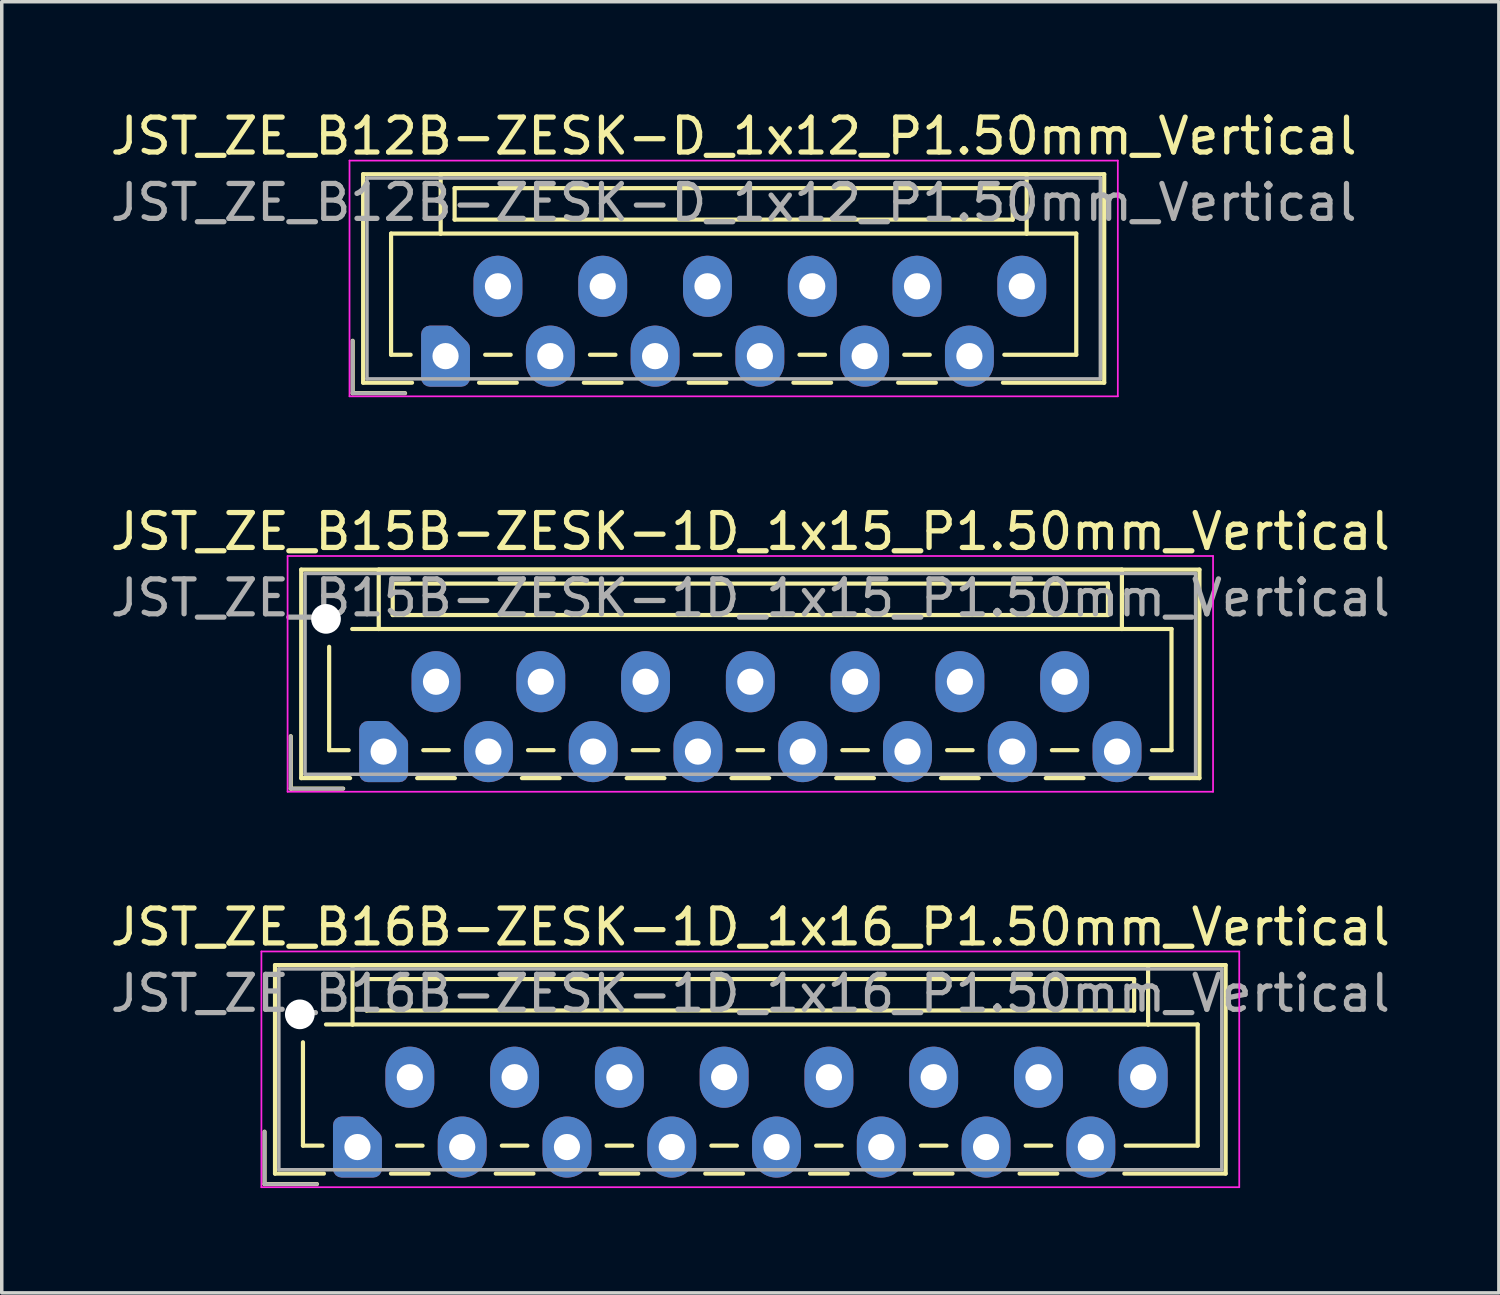
<source format=kicad_pcb>
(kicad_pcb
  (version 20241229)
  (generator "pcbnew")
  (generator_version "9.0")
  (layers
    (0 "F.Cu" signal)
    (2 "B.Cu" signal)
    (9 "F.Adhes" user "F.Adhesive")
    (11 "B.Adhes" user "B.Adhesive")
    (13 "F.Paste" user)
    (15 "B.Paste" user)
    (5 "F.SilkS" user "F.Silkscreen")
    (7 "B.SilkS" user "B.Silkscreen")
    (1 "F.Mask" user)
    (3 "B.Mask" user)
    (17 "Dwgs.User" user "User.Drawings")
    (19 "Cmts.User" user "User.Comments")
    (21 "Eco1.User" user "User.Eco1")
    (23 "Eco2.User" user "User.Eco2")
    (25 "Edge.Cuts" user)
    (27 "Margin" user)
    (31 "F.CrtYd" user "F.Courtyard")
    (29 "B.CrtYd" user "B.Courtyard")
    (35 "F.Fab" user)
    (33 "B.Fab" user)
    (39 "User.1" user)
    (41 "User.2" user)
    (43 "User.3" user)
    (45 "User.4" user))
  (footprint "JST_ZE_B15B-ZESK-1D_1x15_P1.50mm_Vertical"
    (layer "F.Cu")
    (at 7.935 18.471)
    (property "Reference" "JST_ZE_B15B-ZESK-1D_1x15_P1.50mm_Vertical" (at 10.5 -6.3 0) (layer "F.SilkS") (effects (font (size 1 1) (thickness 0.15))))
    (attr through_hole)
    (fp_line (start -2.66 -0.44) (end -2.66 1.06) (stroke (width 0.12) (type solid)) (layer "F.SilkS"))
    (fp_line (start -2.66 1.06) (end -1.16 1.06) (stroke (width 0.12) (type solid)) (layer "F.SilkS"))
    (fp_line (start -2.36 -5.21) (end 23.36 -5.21) (stroke (width 0.12) (type solid)) (layer "F.SilkS"))
    (fp_line (start -2.36 0.76) (end -2.36 -5.21) (stroke (width 0.12) (type solid)) (layer "F.SilkS"))
    (fp_line (start -1.56 -3) (end -1.56 -0.04) (stroke (width 0.12) (type solid)) (layer "F.SilkS"))
    (fp_line (start -1.56 -0.04) (end -1 -0.04) (stroke (width 0.12) (type solid)) (layer "F.SilkS"))
    (fp_line (start -0.96 0.76) (end -2.36 0.76) (stroke (width 0.12) (type solid)) (layer "F.SilkS"))
    (fp_line (start -0.14 -5.21) (end -0.14 -3.51) (stroke (width 0.12) (type solid)) (layer "F.SilkS"))
    (fp_line (start -0.14 -3.51) (end -0.9 -3.51) (stroke (width 0.12) (type solid)) (layer "F.SilkS"))
    (fp_line (start -0.14 -3.51) (end 21.14 -3.51) (stroke (width 0.12) (type solid)) (layer "F.SilkS"))
    (fp_line (start 0.26 -4.81) (end 0.26 -3.91) (stroke (width 0.12) (type solid)) (layer "F.SilkS"))
    (fp_line (start 0.26 -3.91) (end 20.74 -3.91) (stroke (width 0.12) (type solid)) (layer "F.SilkS"))
    (fp_line (start 0.96 0.76) (end 2.04 0.76) (stroke (width 0.12) (type solid)) (layer "F.SilkS"))
    (fp_line (start 1.135 -0.04) (end 1.865 -0.04) (stroke (width 0.12) (type solid)) (layer "F.SilkS"))
    (fp_line (start 3.96 0.76) (end 5.04 0.76) (stroke (width 0.12) (type solid)) (layer "F.SilkS"))
    (fp_line (start 4.135 -0.04) (end 4.865 -0.04) (stroke (width 0.12) (type solid)) (layer "F.SilkS"))
    (fp_line (start 6.96 0.76) (end 8.04 0.76) (stroke (width 0.12) (type solid)) (layer "F.SilkS"))
    (fp_line (start 7.135 -0.04) (end 7.865 -0.04) (stroke (width 0.12) (type solid)) (layer "F.SilkS"))
    (fp_line (start 9.96 0.76) (end 11.04 0.76) (stroke (width 0.12) (type solid)) (layer "F.SilkS"))
    (fp_line (start 10.135 -0.04) (end 10.865 -0.04) (stroke (width 0.12) (type solid)) (layer "F.SilkS"))
    (fp_line (start 12.96 0.76) (end 14.04 0.76) (stroke (width 0.12) (type solid)) (layer "F.SilkS"))
    (fp_line (start 13.135 -0.04) (end 13.865 -0.04) (stroke (width 0.12) (type solid)) (layer "F.SilkS"))
    (fp_line (start 15.96 0.76) (end 17.04 0.76) (stroke (width 0.12) (type solid)) (layer "F.SilkS"))
    (fp_line (start 16.135 -0.04) (end 16.865 -0.04) (stroke (width 0.12) (type solid)) (layer "F.SilkS"))
    (fp_line (start 18.96 0.76) (end 20.04 0.76) (stroke (width 0.12) (type solid)) (layer "F.SilkS"))
    (fp_line (start 19.135 -0.04) (end 19.865 -0.04) (stroke (width 0.12) (type solid)) (layer "F.SilkS"))
    (fp_line (start 20.74 -4.81) (end 0.26 -4.81) (stroke (width 0.12) (type solid)) (layer "F.SilkS"))
    (fp_line (start 20.74 -3.91) (end 20.74 -4.81) (stroke (width 0.12) (type solid)) (layer "F.SilkS"))
    (fp_line (start 21.14 -5.21) (end -0.14 -5.21) (stroke (width 0.12) (type solid)) (layer "F.SilkS"))
    (fp_line (start 21.14 -3.51) (end 21.14 -5.21) (stroke (width 0.12) (type solid)) (layer "F.SilkS"))
    (fp_line (start 21.14 -3.51) (end 22.56 -3.51) (stroke (width 0.12) (type solid)) (layer "F.SilkS"))
    (fp_line (start 22.56 -3.51) (end 22.56 -0.04) (stroke (width 0.12) (type solid)) (layer "F.SilkS"))
    (fp_line (start 22.56 -0.04) (end 22 -0.04) (stroke (width 0.12) (type solid)) (layer "F.SilkS"))
    (fp_line (start 23.36 -5.21) (end 23.36 0.76) (stroke (width 0.12) (type solid)) (layer "F.SilkS"))
    (fp_line (start 23.36 0.76) (end 21.96 0.76) (stroke (width 0.12) (type solid)) (layer "F.SilkS"))
    (fp_line (start -2.75 -5.6) (end -2.75 1.15) (stroke (width 0.05) (type solid)) (layer "F.CrtYd"))
    (fp_line (start -2.75 1.15) (end 23.75 1.15) (stroke (width 0.05) (type solid)) (layer "F.CrtYd"))
    (fp_line (start 23.75 -5.6) (end -2.75 -5.6) (stroke (width 0.05) (type solid)) (layer "F.CrtYd"))
    (fp_line (start 23.75 1.15) (end 23.75 -5.6) (stroke (width 0.05) (type solid)) (layer "F.CrtYd"))
    (fp_line (start -2.66 -0.44) (end -2.66 1.06) (stroke (width 0.1) (type solid)) (layer "F.Fab"))
    (fp_line (start -2.66 1.06) (end -1.16 1.06) (stroke (width 0.1) (type solid)) (layer "F.Fab"))
    (fp_line (start -2.25 -5.1) (end -2.25 0.65) (stroke (width 0.1) (type solid)) (layer "F.Fab"))
    (fp_line (start -2.25 0.65) (end 23.25 0.65) (stroke (width 0.1) (type solid)) (layer "F.Fab"))
    (fp_line (start 23.25 -5.1) (end -2.25 -5.1) (stroke (width 0.1) (type solid)) (layer "F.Fab"))
    (fp_line (start 23.25 0.65) (end 23.25 -5.1) (stroke (width 0.1) (type solid)) (layer "F.Fab"))
    (fp_text user "${REFERENCE}" (at 10.5 -4.4 0) (layer "F.Fab") (effects (font (size 1 1) (thickness 0.15))))
    (pad "" np_thru_hole circle (at -1.65 -3.8) (size 0.85 0.85) (drill 0.85) (layers "*.Cu" "*.Mask"))
    (pad "1" thru_hole custom (at 0 0) (size 1.117 1.117) (drill 0.75) (layers "*.Cu" "*.Mask") (options (anchor circle)) (primitives (gr_poly (pts (xy 0.45 -0.225) (xy 0.45 0.625) (xy -0.45 0.625) (xy -0.45 -0.625) (xy 0.05 -0.625)) (width 0.5) (fill yes))))
    (pad "2" thru_hole oval (at 1.5 -2) (size 1.4 1.75) (drill 0.75) (layers "*.Cu" "*.Mask"))
    (pad "3" thru_hole oval (at 3 0) (size 1.4 1.75) (drill 0.75) (layers "*.Cu" "*.Mask"))
    (pad "4" thru_hole oval (at 4.5 -2) (size 1.4 1.75) (drill 0.75) (layers "*.Cu" "*.Mask"))
    (pad "5" thru_hole oval (at 6 0) (size 1.4 1.75) (drill 0.75) (layers "*.Cu" "*.Mask"))
    (pad "6" thru_hole oval (at 7.5 -2) (size 1.4 1.75) (drill 0.75) (layers "*.Cu" "*.Mask"))
    (pad "7" thru_hole oval (at 9 0) (size 1.4 1.75) (drill 0.75) (layers "*.Cu" "*.Mask"))
    (pad "8" thru_hole oval (at 10.5 -2) (size 1.4 1.75) (drill 0.75) (layers "*.Cu" "*.Mask"))
    (pad "9" thru_hole oval (at 12 0) (size 1.4 1.75) (drill 0.75) (layers "*.Cu" "*.Mask"))
    (pad "10" thru_hole oval (at 13.5 -2) (size 1.4 1.75) (drill 0.75) (layers "*.Cu" "*.Mask"))
    (pad "11" thru_hole oval (at 15 0) (size 1.4 1.75) (drill 0.75) (layers "*.Cu" "*.Mask"))
    (pad "12" thru_hole oval (at 16.5 -2) (size 1.4 1.75) (drill 0.75) (layers "*.Cu" "*.Mask"))
    (pad "13" thru_hole oval (at 18 0) (size 1.4 1.75) (drill 0.75) (layers "*.Cu" "*.Mask"))
    (pad "14" thru_hole oval (at 19.5 -2) (size 1.4 1.75) (drill 0.75) (layers "*.Cu" "*.Mask"))
    (pad "15" thru_hole oval (at 21 0) (size 1.4 1.75) (drill 0.75) (layers "*.Cu" "*.Mask")))
  (footprint "JST_ZE_B12B-ZESK-D_1x12_P1.50mm_Vertical"
    (layer "F.Cu")
    (at 9.708 7.148)
    (property "Reference" "JST_ZE_B12B-ZESK-D_1x12_P1.50mm_Vertical" (at 8.25 -6.3 0) (layer "F.SilkS") (effects (font (size 1 1) (thickness 0.15))))
    (attr through_hole)
    (fp_line (start -2.66 -0.44) (end -2.66 1.06) (stroke (width 0.12) (type solid)) (layer "F.SilkS"))
    (fp_line (start -2.66 1.06) (end -1.16 1.06) (stroke (width 0.12) (type solid)) (layer "F.SilkS"))
    (fp_line (start -2.36 -5.21) (end 18.86 -5.21) (stroke (width 0.12) (type solid)) (layer "F.SilkS"))
    (fp_line (start -2.36 0.76) (end -2.36 -5.21) (stroke (width 0.12) (type solid)) (layer "F.SilkS"))
    (fp_line (start -1.56 -3.51) (end -1.56 -0.04) (stroke (width 0.12) (type solid)) (layer "F.SilkS"))
    (fp_line (start -1.56 -0.04) (end -1 -0.04) (stroke (width 0.12) (type solid)) (layer "F.SilkS"))
    (fp_line (start -0.96 0.76) (end -2.36 0.76) (stroke (width 0.12) (type solid)) (layer "F.SilkS"))
    (fp_line (start -0.14 -5.21) (end -0.14 -3.51) (stroke (width 0.12) (type solid)) (layer "F.SilkS"))
    (fp_line (start -0.14 -3.51) (end -1.56 -3.51) (stroke (width 0.12) (type solid)) (layer "F.SilkS"))
    (fp_line (start -0.14 -3.51) (end 16.64 -3.51) (stroke (width 0.12) (type solid)) (layer "F.SilkS"))
    (fp_line (start 0.26 -4.81) (end 0.26 -3.91) (stroke (width 0.12) (type solid)) (layer "F.SilkS"))
    (fp_line (start 0.26 -3.91) (end 16.24 -3.91) (stroke (width 0.12) (type solid)) (layer "F.SilkS"))
    (fp_line (start 0.96 0.76) (end 2.04 0.76) (stroke (width 0.12) (type solid)) (layer "F.SilkS"))
    (fp_line (start 1.135 -0.04) (end 1.865 -0.04) (stroke (width 0.12) (type solid)) (layer "F.SilkS"))
    (fp_line (start 3.96 0.76) (end 5.04 0.76) (stroke (width 0.12) (type solid)) (layer "F.SilkS"))
    (fp_line (start 4.135 -0.04) (end 4.865 -0.04) (stroke (width 0.12) (type solid)) (layer "F.SilkS"))
    (fp_line (start 6.96 0.76) (end 8.04 0.76) (stroke (width 0.12) (type solid)) (layer "F.SilkS"))
    (fp_line (start 7.135 -0.04) (end 7.865 -0.04) (stroke (width 0.12) (type solid)) (layer "F.SilkS"))
    (fp_line (start 9.96 0.76) (end 11.04 0.76) (stroke (width 0.12) (type solid)) (layer "F.SilkS"))
    (fp_line (start 10.135 -0.04) (end 10.865 -0.04) (stroke (width 0.12) (type solid)) (layer "F.SilkS"))
    (fp_line (start 12.96 0.76) (end 14.04 0.76) (stroke (width 0.12) (type solid)) (layer "F.SilkS"))
    (fp_line (start 13.135 -0.04) (end 13.865 -0.04) (stroke (width 0.12) (type solid)) (layer "F.SilkS"))
    (fp_line (start 16.24 -4.81) (end 0.26 -4.81) (stroke (width 0.12) (type solid)) (layer "F.SilkS"))
    (fp_line (start 16.24 -3.91) (end 16.24 -4.81) (stroke (width 0.12) (type solid)) (layer "F.SilkS"))
    (fp_line (start 16.64 -5.21) (end -0.14 -5.21) (stroke (width 0.12) (type solid)) (layer "F.SilkS"))
    (fp_line (start 16.64 -3.51) (end 16.64 -5.21) (stroke (width 0.12) (type solid)) (layer "F.SilkS"))
    (fp_line (start 16.64 -3.51) (end 18.06 -3.51) (stroke (width 0.12) (type solid)) (layer "F.SilkS"))
    (fp_line (start 18.06 -3.51) (end 18.06 -0.04) (stroke (width 0.12) (type solid)) (layer "F.SilkS"))
    (fp_line (start 18.06 -0.04) (end 16 -0.04) (stroke (width 0.12) (type solid)) (layer "F.SilkS"))
    (fp_line (start 18.86 -5.21) (end 18.86 0.76) (stroke (width 0.12) (type solid)) (layer "F.SilkS"))
    (fp_line (start 18.86 0.76) (end 15.96 0.76) (stroke (width 0.12) (type solid)) (layer "F.SilkS"))
    (fp_line (start -2.75 -5.6) (end -2.75 1.15) (stroke (width 0.05) (type solid)) (layer "F.CrtYd"))
    (fp_line (start -2.75 1.15) (end 19.25 1.15) (stroke (width 0.05) (type solid)) (layer "F.CrtYd"))
    (fp_line (start 19.25 -5.6) (end -2.75 -5.6) (stroke (width 0.05) (type solid)) (layer "F.CrtYd"))
    (fp_line (start 19.25 1.15) (end 19.25 -5.6) (stroke (width 0.05) (type solid)) (layer "F.CrtYd"))
    (fp_line (start -2.66 -0.44) (end -2.66 1.06) (stroke (width 0.1) (type solid)) (layer "F.Fab"))
    (fp_line (start -2.66 1.06) (end -1.16 1.06) (stroke (width 0.1) (type solid)) (layer "F.Fab"))
    (fp_line (start -2.25 -5.1) (end -2.25 0.65) (stroke (width 0.1) (type solid)) (layer "F.Fab"))
    (fp_line (start -2.25 0.65) (end 18.75 0.65) (stroke (width 0.1) (type solid)) (layer "F.Fab"))
    (fp_line (start 18.75 -5.1) (end -2.25 -5.1) (stroke (width 0.1) (type solid)) (layer "F.Fab"))
    (fp_line (start 18.75 0.65) (end 18.75 -5.1) (stroke (width 0.1) (type solid)) (layer "F.Fab"))
    (fp_text user "${REFERENCE}" (at 8.25 -4.4 0) (layer "F.Fab") (effects (font (size 1 1) (thickness 0.15))))
    (pad "1" thru_hole custom (at 0 0) (size 1.117 1.117) (drill 0.75) (layers "*.Cu" "*.Mask") (options (anchor circle)) (primitives (gr_poly (pts (xy 0.45 -0.225) (xy 0.45 0.625) (xy -0.45 0.625) (xy -0.45 -0.625) (xy 0.05 -0.625)) (width 0.5) (fill yes))))
    (pad "2" thru_hole oval (at 1.5 -2) (size 1.4 1.75) (drill 0.75) (layers "*.Cu" "*.Mask"))
    (pad "3" thru_hole oval (at 3 0) (size 1.4 1.75) (drill 0.75) (layers "*.Cu" "*.Mask"))
    (pad "4" thru_hole oval (at 4.5 -2) (size 1.4 1.75) (drill 0.75) (layers "*.Cu" "*.Mask"))
    (pad "5" thru_hole oval (at 6 0) (size 1.4 1.75) (drill 0.75) (layers "*.Cu" "*.Mask"))
    (pad "6" thru_hole oval (at 7.5 -2) (size 1.4 1.75) (drill 0.75) (layers "*.Cu" "*.Mask"))
    (pad "7" thru_hole oval (at 9 0) (size 1.4 1.75) (drill 0.75) (layers "*.Cu" "*.Mask"))
    (pad "8" thru_hole oval (at 10.5 -2) (size 1.4 1.75) (drill 0.75) (layers "*.Cu" "*.Mask"))
    (pad "9" thru_hole oval (at 12 0) (size 1.4 1.75) (drill 0.75) (layers "*.Cu" "*.Mask"))
    (pad "10" thru_hole oval (at 13.5 -2) (size 1.4 1.75) (drill 0.75) (layers "*.Cu" "*.Mask"))
    (pad "11" thru_hole oval (at 15 0) (size 1.4 1.75) (drill 0.75) (layers "*.Cu" "*.Mask"))
    (pad "12" thru_hole oval (at 16.5 -2) (size 1.4 1.75) (drill 0.75) (layers "*.Cu" "*.Mask")))
  (footprint "JST_ZE_B16B-ZESK-1D_1x16_P1.50mm_Vertical"
    (layer "F.Cu")
    (at 7.185 29.795)
    (property "Reference" "JST_ZE_B16B-ZESK-1D_1x16_P1.50mm_Vertical" (at 11.25 -6.3 0) (layer "F.SilkS") (effects (font (size 1 1) (thickness 0.15))))
    (attr through_hole)
    (fp_line (start -2.66 -0.44) (end -2.66 1.06) (stroke (width 0.12) (type solid)) (layer "F.SilkS"))
    (fp_line (start -2.66 1.06) (end -1.16 1.06) (stroke (width 0.12) (type solid)) (layer "F.SilkS"))
    (fp_line (start -2.36 -5.21) (end 24.86 -5.21) (stroke (width 0.12) (type solid)) (layer "F.SilkS"))
    (fp_line (start -2.36 0.76) (end -2.36 -5.21) (stroke (width 0.12) (type solid)) (layer "F.SilkS"))
    (fp_line (start -1.56 -3) (end -1.56 -0.04) (stroke (width 0.12) (type solid)) (layer "F.SilkS"))
    (fp_line (start -1.56 -0.04) (end -1 -0.04) (stroke (width 0.12) (type solid)) (layer "F.SilkS"))
    (fp_line (start -0.96 0.76) (end -2.36 0.76) (stroke (width 0.12) (type solid)) (layer "F.SilkS"))
    (fp_line (start -0.14 -5.21) (end -0.14 -3.51) (stroke (width 0.12) (type solid)) (layer "F.SilkS"))
    (fp_line (start -0.14 -3.51) (end -0.9 -3.51) (stroke (width 0.12) (type solid)) (layer "F.SilkS"))
    (fp_line (start -0.14 -3.51) (end 22.64 -3.51) (stroke (width 0.12) (type solid)) (layer "F.SilkS"))
    (fp_line (start 0.26 -4.81) (end 0.26 -3.91) (stroke (width 0.12) (type solid)) (layer "F.SilkS"))
    (fp_line (start 0.26 -3.91) (end 22.24 -3.91) (stroke (width 0.12) (type solid)) (layer "F.SilkS"))
    (fp_line (start 0.96 0.76) (end 2.04 0.76) (stroke (width 0.12) (type solid)) (layer "F.SilkS"))
    (fp_line (start 1.135 -0.04) (end 1.865 -0.04) (stroke (width 0.12) (type solid)) (layer "F.SilkS"))
    (fp_line (start 3.96 0.76) (end 5.04 0.76) (stroke (width 0.12) (type solid)) (layer "F.SilkS"))
    (fp_line (start 4.135 -0.04) (end 4.865 -0.04) (stroke (width 0.12) (type solid)) (layer "F.SilkS"))
    (fp_line (start 6.96 0.76) (end 8.04 0.76) (stroke (width 0.12) (type solid)) (layer "F.SilkS"))
    (fp_line (start 7.135 -0.04) (end 7.865 -0.04) (stroke (width 0.12) (type solid)) (layer "F.SilkS"))
    (fp_line (start 9.96 0.76) (end 11.04 0.76) (stroke (width 0.12) (type solid)) (layer "F.SilkS"))
    (fp_line (start 10.135 -0.04) (end 10.865 -0.04) (stroke (width 0.12) (type solid)) (layer "F.SilkS"))
    (fp_line (start 12.96 0.76) (end 14.04 0.76) (stroke (width 0.12) (type solid)) (layer "F.SilkS"))
    (fp_line (start 13.135 -0.04) (end 13.865 -0.04) (stroke (width 0.12) (type solid)) (layer "F.SilkS"))
    (fp_line (start 15.96 0.76) (end 17.04 0.76) (stroke (width 0.12) (type solid)) (layer "F.SilkS"))
    (fp_line (start 16.135 -0.04) (end 16.865 -0.04) (stroke (width 0.12) (type solid)) (layer "F.SilkS"))
    (fp_line (start 18.96 0.76) (end 20.04 0.76) (stroke (width 0.12) (type solid)) (layer "F.SilkS"))
    (fp_line (start 19.135 -0.04) (end 19.865 -0.04) (stroke (width 0.12) (type solid)) (layer "F.SilkS"))
    (fp_line (start 22.24 -4.81) (end 0.26 -4.81) (stroke (width 0.12) (type solid)) (layer "F.SilkS"))
    (fp_line (start 22.24 -3.91) (end 22.24 -4.81) (stroke (width 0.12) (type solid)) (layer "F.SilkS"))
    (fp_line (start 22.64 -5.21) (end -0.14 -5.21) (stroke (width 0.12) (type solid)) (layer "F.SilkS"))
    (fp_line (start 22.64 -3.51) (end 22.64 -5.21) (stroke (width 0.12) (type solid)) (layer "F.SilkS"))
    (fp_line (start 22.64 -3.51) (end 24.06 -3.51) (stroke (width 0.12) (type solid)) (layer "F.SilkS"))
    (fp_line (start 24.06 -3.51) (end 24.06 -0.04) (stroke (width 0.12) (type solid)) (layer "F.SilkS"))
    (fp_line (start 24.06 -0.04) (end 22 -0.04) (stroke (width 0.12) (type solid)) (layer "F.SilkS"))
    (fp_line (start 24.86 -5.21) (end 24.86 0.76) (stroke (width 0.12) (type solid)) (layer "F.SilkS"))
    (fp_line (start 24.86 0.76) (end 21.96 0.76) (stroke (width 0.12) (type solid)) (layer "F.SilkS"))
    (fp_line (start -2.75 -5.6) (end -2.75 1.15) (stroke (width 0.05) (type solid)) (layer "F.CrtYd"))
    (fp_line (start -2.75 1.15) (end 25.25 1.15) (stroke (width 0.05) (type solid)) (layer "F.CrtYd"))
    (fp_line (start 25.25 -5.6) (end -2.75 -5.6) (stroke (width 0.05) (type solid)) (layer "F.CrtYd"))
    (fp_line (start 25.25 1.15) (end 25.25 -5.6) (stroke (width 0.05) (type solid)) (layer "F.CrtYd"))
    (fp_line (start -2.66 -0.44) (end -2.66 1.06) (stroke (width 0.1) (type solid)) (layer "F.Fab"))
    (fp_line (start -2.66 1.06) (end -1.16 1.06) (stroke (width 0.1) (type solid)) (layer "F.Fab"))
    (fp_line (start -2.25 -5.1) (end -2.25 0.65) (stroke (width 0.1) (type solid)) (layer "F.Fab"))
    (fp_line (start -2.25 0.65) (end 24.75 0.65) (stroke (width 0.1) (type solid)) (layer "F.Fab"))
    (fp_line (start 24.75 -5.1) (end -2.25 -5.1) (stroke (width 0.1) (type solid)) (layer "F.Fab"))
    (fp_line (start 24.75 0.65) (end 24.75 -5.1) (stroke (width 0.1) (type solid)) (layer "F.Fab"))
    (fp_text user "${REFERENCE}" (at 11.25 -4.4 0) (layer "F.Fab") (effects (font (size 1 1) (thickness 0.15))))
    (pad "" np_thru_hole circle (at -1.65 -3.8) (size 0.85 0.85) (drill 0.85) (layers "*.Cu" "*.Mask"))
    (pad "1" thru_hole custom (at 0 0) (size 1.117 1.117) (drill 0.75) (layers "*.Cu" "*.Mask") (options (anchor circle)) (primitives (gr_poly (pts (xy 0.45 -0.225) (xy 0.45 0.625) (xy -0.45 0.625) (xy -0.45 -0.625) (xy 0.05 -0.625)) (width 0.5) (fill yes))))
    (pad "2" thru_hole oval (at 1.5 -2) (size 1.4 1.75) (drill 0.75) (layers "*.Cu" "*.Mask"))
    (pad "3" thru_hole oval (at 3 0) (size 1.4 1.75) (drill 0.75) (layers "*.Cu" "*.Mask"))
    (pad "4" thru_hole oval (at 4.5 -2) (size 1.4 1.75) (drill 0.75) (layers "*.Cu" "*.Mask"))
    (pad "5" thru_hole oval (at 6 0) (size 1.4 1.75) (drill 0.75) (layers "*.Cu" "*.Mask"))
    (pad "6" thru_hole oval (at 7.5 -2) (size 1.4 1.75) (drill 0.75) (layers "*.Cu" "*.Mask"))
    (pad "7" thru_hole oval (at 9 0) (size 1.4 1.75) (drill 0.75) (layers "*.Cu" "*.Mask"))
    (pad "8" thru_hole oval (at 10.5 -2) (size 1.4 1.75) (drill 0.75) (layers "*.Cu" "*.Mask"))
    (pad "9" thru_hole oval (at 12 0) (size 1.4 1.75) (drill 0.75) (layers "*.Cu" "*.Mask"))
    (pad "10" thru_hole oval (at 13.5 -2) (size 1.4 1.75) (drill 0.75) (layers "*.Cu" "*.Mask"))
    (pad "11" thru_hole oval (at 15 0) (size 1.4 1.75) (drill 0.75) (layers "*.Cu" "*.Mask"))
    (pad "12" thru_hole oval (at 16.5 -2) (size 1.4 1.75) (drill 0.75) (layers "*.Cu" "*.Mask"))
    (pad "13" thru_hole oval (at 18 0) (size 1.4 1.75) (drill 0.75) (layers "*.Cu" "*.Mask"))
    (pad "14" thru_hole oval (at 19.5 -2) (size 1.4 1.75) (drill 0.75) (layers "*.Cu" "*.Mask"))
    (pad "15" thru_hole oval (at 21 0) (size 1.4 1.75) (drill 0.75) (layers "*.Cu" "*.Mask"))
    (pad "16" thru_hole oval (at 22.5 -2) (size 1.4 1.75) (drill 0.75) (layers "*.Cu" "*.Mask")))
  (gr_rect
    (start -3 -3)
    (end 39.869 33.97)
    (stroke (width 0.1) (type default))
    (fill no)
    (layer "Edge.Cuts")))
</source>
